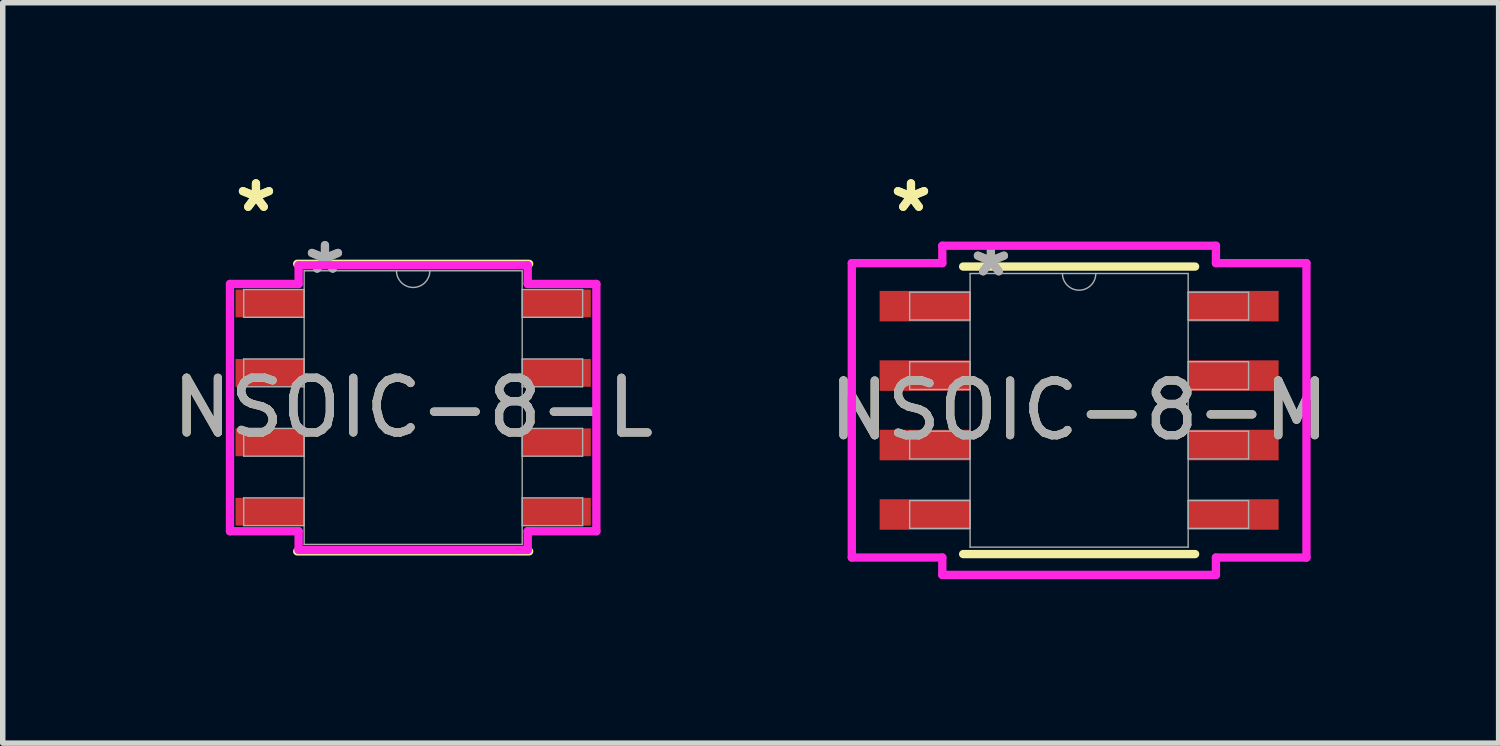
<source format=kicad_pcb>
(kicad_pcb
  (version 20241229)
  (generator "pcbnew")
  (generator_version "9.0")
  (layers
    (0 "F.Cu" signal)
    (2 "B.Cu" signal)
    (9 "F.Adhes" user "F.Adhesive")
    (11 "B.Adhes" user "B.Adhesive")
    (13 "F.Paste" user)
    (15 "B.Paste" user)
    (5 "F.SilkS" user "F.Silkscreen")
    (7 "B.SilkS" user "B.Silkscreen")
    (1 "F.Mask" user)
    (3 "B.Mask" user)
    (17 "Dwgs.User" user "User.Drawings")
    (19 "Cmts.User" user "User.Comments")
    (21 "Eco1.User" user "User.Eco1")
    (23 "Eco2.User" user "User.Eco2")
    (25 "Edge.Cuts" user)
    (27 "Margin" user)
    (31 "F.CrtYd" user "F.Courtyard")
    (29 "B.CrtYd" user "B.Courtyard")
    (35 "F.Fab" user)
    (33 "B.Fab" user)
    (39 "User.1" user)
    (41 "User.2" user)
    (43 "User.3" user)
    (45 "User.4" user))
  (footprint "NSOIC-8-M"
    (layer "F.Cu")
    (at 16.685 4.454)
    (property "Reference" "NSOIC-8-M" (at 0 0 0) (unlocked yes) (layer "F.SilkS") (effects (font (size 1 1) (thickness 0.15))))
    (attr smd)
    (fp_line (start -2.121 2.629) (end 2.121 2.629) (stroke (width 0.152) (type solid)) (layer "F.SilkS"))
    (fp_line (start 2.121 -2.629) (end -2.121 -2.629) (stroke (width 0.152) (type solid)) (layer "F.SilkS"))
    (fp_line (start -4.157 -2.692) (end -2.502 -2.692) (stroke (width 0.152) (type solid)) (layer "F.CrtYd"))
    (fp_line (start -4.157 2.692) (end -4.157 -2.692) (stroke (width 0.152) (type solid)) (layer "F.CrtYd"))
    (fp_line (start -4.157 2.692) (end -2.502 2.692) (stroke (width 0.152) (type solid)) (layer "F.CrtYd"))
    (fp_line (start -2.502 -3.01) (end 2.502 -3.01) (stroke (width 0.152) (type solid)) (layer "F.CrtYd"))
    (fp_line (start -2.502 -2.692) (end -2.502 -3.01) (stroke (width 0.152) (type solid)) (layer "F.CrtYd"))
    (fp_line (start -2.502 3.01) (end -2.502 2.692) (stroke (width 0.152) (type solid)) (layer "F.CrtYd"))
    (fp_line (start 2.502 -3.01) (end 2.502 -2.692) (stroke (width 0.152) (type solid)) (layer "F.CrtYd"))
    (fp_line (start 2.502 2.692) (end 2.502 3.01) (stroke (width 0.152) (type solid)) (layer "F.CrtYd"))
    (fp_line (start 2.502 3.01) (end -2.502 3.01) (stroke (width 0.152) (type solid)) (layer "F.CrtYd"))
    (fp_line (start 4.157 -2.692) (end 2.502 -2.692) (stroke (width 0.152) (type solid)) (layer "F.CrtYd"))
    (fp_line (start 4.157 -2.692) (end 4.157 2.692) (stroke (width 0.152) (type solid)) (layer "F.CrtYd"))
    (fp_line (start 4.157 2.692) (end 2.502 2.692) (stroke (width 0.152) (type solid)) (layer "F.CrtYd"))
    (fp_line (start -3.099 -2.159) (end -3.099 -1.651) (stroke (width 0.025) (type solid)) (layer "F.Fab"))
    (fp_line (start -3.099 -1.651) (end -1.994 -1.651) (stroke (width 0.025) (type solid)) (layer "F.Fab"))
    (fp_line (start -3.099 -0.889) (end -3.099 -0.381) (stroke (width 0.025) (type solid)) (layer "F.Fab"))
    (fp_line (start -3.099 -0.381) (end -1.994 -0.381) (stroke (width 0.025) (type solid)) (layer "F.Fab"))
    (fp_line (start -3.099 0.381) (end -3.099 0.889) (stroke (width 0.025) (type solid)) (layer "F.Fab"))
    (fp_line (start -3.099 0.889) (end -1.994 0.889) (stroke (width 0.025) (type solid)) (layer "F.Fab"))
    (fp_line (start -3.099 1.651) (end -3.099 2.159) (stroke (width 0.025) (type solid)) (layer "F.Fab"))
    (fp_line (start -3.099 2.159) (end -1.994 2.159) (stroke (width 0.025) (type solid)) (layer "F.Fab"))
    (fp_line (start -1.994 -2.502) (end -1.994 2.502) (stroke (width 0.025) (type solid)) (layer "F.Fab"))
    (fp_line (start -1.994 -2.159) (end -3.099 -2.159) (stroke (width 0.025) (type solid)) (layer "F.Fab"))
    (fp_line (start -1.994 -1.651) (end -1.994 -2.159) (stroke (width 0.025) (type solid)) (layer "F.Fab"))
    (fp_line (start -1.994 -0.889) (end -3.099 -0.889) (stroke (width 0.025) (type solid)) (layer "F.Fab"))
    (fp_line (start -1.994 -0.381) (end -1.994 -0.889) (stroke (width 0.025) (type solid)) (layer "F.Fab"))
    (fp_line (start -1.994 0.381) (end -3.099 0.381) (stroke (width 0.025) (type solid)) (layer "F.Fab"))
    (fp_line (start -1.994 0.889) (end -1.994 0.381) (stroke (width 0.025) (type solid)) (layer "F.Fab"))
    (fp_line (start -1.994 1.651) (end -3.099 1.651) (stroke (width 0.025) (type solid)) (layer "F.Fab"))
    (fp_line (start -1.994 2.159) (end -1.994 1.651) (stroke (width 0.025) (type solid)) (layer "F.Fab"))
    (fp_line (start -1.994 2.502) (end 1.994 2.502) (stroke (width 0.025) (type solid)) (layer "F.Fab"))
    (fp_line (start 1.994 -2.502) (end -1.994 -2.502) (stroke (width 0.025) (type solid)) (layer "F.Fab"))
    (fp_line (start 1.994 -2.159) (end 1.994 -1.651) (stroke (width 0.025) (type solid)) (layer "F.Fab"))
    (fp_line (start 1.994 -1.651) (end 3.099 -1.651) (stroke (width 0.025) (type solid)) (layer "F.Fab"))
    (fp_line (start 1.994 -0.889) (end 1.994 -0.381) (stroke (width 0.025) (type solid)) (layer "F.Fab"))
    (fp_line (start 1.994 -0.381) (end 3.099 -0.381) (stroke (width 0.025) (type solid)) (layer "F.Fab"))
    (fp_line (start 1.994 0.381) (end 1.994 0.889) (stroke (width 0.025) (type solid)) (layer "F.Fab"))
    (fp_line (start 1.994 0.889) (end 3.099 0.889) (stroke (width 0.025) (type solid)) (layer "F.Fab"))
    (fp_line (start 1.994 1.651) (end 1.994 2.159) (stroke (width 0.025) (type solid)) (layer "F.Fab"))
    (fp_line (start 1.994 2.159) (end 3.099 2.159) (stroke (width 0.025) (type solid)) (layer "F.Fab"))
    (fp_line (start 1.994 2.502) (end 1.994 -2.502) (stroke (width 0.025) (type solid)) (layer "F.Fab"))
    (fp_line (start 3.099 -2.159) (end 1.994 -2.159) (stroke (width 0.025) (type solid)) (layer "F.Fab"))
    (fp_line (start 3.099 -1.651) (end 3.099 -2.159) (stroke (width 0.025) (type solid)) (layer "F.Fab"))
    (fp_line (start 3.099 -0.889) (end 1.994 -0.889) (stroke (width 0.025) (type solid)) (layer "F.Fab"))
    (fp_line (start 3.099 -0.381) (end 3.099 -0.889) (stroke (width 0.025) (type solid)) (layer "F.Fab"))
    (fp_line (start 3.099 0.381) (end 1.994 0.381) (stroke (width 0.025) (type solid)) (layer "F.Fab"))
    (fp_line (start 3.099 0.889) (end 3.099 0.381) (stroke (width 0.025) (type solid)) (layer "F.Fab"))
    (fp_line (start 3.099 1.651) (end 1.994 1.651) (stroke (width 0.025) (type solid)) (layer "F.Fab"))
    (fp_line (start 3.099 2.159) (end 3.099 1.651) (stroke (width 0.025) (type solid)) (layer "F.Fab"))
    (fp_arc (start 0.3048 -2.5019) (mid 0 -2.1971) (end -0.3048 -2.5019) (stroke (width 0.0254) (type solid)) (layer "F.Fab"))
    (fp_text user "*" (at -3.075 -3.606 0) (unlocked yes) (layer "F.SilkS") (effects (font (size 1 1) (thickness 0.15))))
    (fp_text user "*" (at -3.075 -3.606 0) (layer "F.SilkS") (effects (font (size 1 1) (thickness 0.15))))
    (fp_text user "*" (at -1.613 -2.426 0) (layer "F.Fab") (effects (font (size 1 1) (thickness 0.15))))
    (fp_text user "*" (at -1.613 -2.426 0) (unlocked yes) (layer "F.Fab") (effects (font (size 1 1) (thickness 0.15))))
    (fp_text user "${REFERENCE}" (at 0 0 0) (unlocked yes) (layer "F.Fab") (effects (font (size 1 1) (thickness 0.15))))
    (pad "1" smd rect (at -2.821 -1.905) (size 1.655 0.558) (layers "F.Cu" "F.Mask" "F.Paste"))
    (pad "2" smd rect (at -2.821 -0.635) (size 1.655 0.558) (layers "F.Cu" "F.Mask" "F.Paste"))
    (pad "3" smd rect (at -2.821 0.635) (size 1.655 0.558) (layers "F.Cu" "F.Mask" "F.Paste"))
    (pad "4" smd rect (at -2.821 1.905) (size 1.655 0.558) (layers "F.Cu" "F.Mask" "F.Paste"))
    (pad "5" smd rect (at 2.821 1.905) (size 1.655 0.558) (layers "F.Cu" "F.Mask" "F.Paste"))
    (pad "6" smd rect (at 2.821 0.635) (size 1.655 0.558) (layers "F.Cu" "F.Mask" "F.Paste"))
    (pad "7" smd rect (at 2.821 -0.635) (size 1.655 0.558) (layers "F.Cu" "F.Mask" "F.Paste"))
    (pad "8" smd rect (at 2.821 -1.905) (size 1.655 0.558) (layers "F.Cu" "F.Mask" "F.Paste")))
  (footprint "NSOIC-8-L"
    (layer "F.Cu")
    (at 4.506 4.404)
    (property "Reference" "NSOIC-8-L" (at 0 0 0) (unlocked yes) (layer "F.SilkS") (effects (font (size 1 1) (thickness 0.15))))
    (attr smd)
    (fp_line (start -2.121 2.629) (end 2.121 2.629) (stroke (width 0.152) (type solid)) (layer "F.SilkS"))
    (fp_line (start 2.121 -2.629) (end -2.121 -2.629) (stroke (width 0.152) (type solid)) (layer "F.SilkS"))
    (fp_line (start -3.35 -2.261) (end -2.095 -2.261) (stroke (width 0.152) (type solid)) (layer "F.CrtYd"))
    (fp_line (start -3.35 2.261) (end -3.35 -2.261) (stroke (width 0.152) (type solid)) (layer "F.CrtYd"))
    (fp_line (start -3.35 2.261) (end -2.095 2.261) (stroke (width 0.152) (type solid)) (layer "F.CrtYd"))
    (fp_line (start -2.095 -2.603) (end 2.095 -2.603) (stroke (width 0.152) (type solid)) (layer "F.CrtYd"))
    (fp_line (start -2.095 -2.261) (end -2.095 -2.603) (stroke (width 0.152) (type solid)) (layer "F.CrtYd"))
    (fp_line (start -2.095 2.603) (end -2.095 2.261) (stroke (width 0.152) (type solid)) (layer "F.CrtYd"))
    (fp_line (start 2.095 -2.603) (end 2.095 -2.261) (stroke (width 0.152) (type solid)) (layer "F.CrtYd"))
    (fp_line (start 2.095 2.261) (end 2.095 2.603) (stroke (width 0.152) (type solid)) (layer "F.CrtYd"))
    (fp_line (start 2.095 2.603) (end -2.095 2.603) (stroke (width 0.152) (type solid)) (layer "F.CrtYd"))
    (fp_line (start 3.35 -2.261) (end 2.095 -2.261) (stroke (width 0.152) (type solid)) (layer "F.CrtYd"))
    (fp_line (start 3.35 -2.261) (end 3.35 2.261) (stroke (width 0.152) (type solid)) (layer "F.CrtYd"))
    (fp_line (start 3.35 2.261) (end 2.095 2.261) (stroke (width 0.152) (type solid)) (layer "F.CrtYd"))
    (fp_line (start -3.099 -2.159) (end -3.099 -1.651) (stroke (width 0.025) (type solid)) (layer "F.Fab"))
    (fp_line (start -3.099 -1.651) (end -1.994 -1.651) (stroke (width 0.025) (type solid)) (layer "F.Fab"))
    (fp_line (start -3.099 -0.889) (end -3.099 -0.381) (stroke (width 0.025) (type solid)) (layer "F.Fab"))
    (fp_line (start -3.099 -0.381) (end -1.994 -0.381) (stroke (width 0.025) (type solid)) (layer "F.Fab"))
    (fp_line (start -3.099 0.381) (end -3.099 0.889) (stroke (width 0.025) (type solid)) (layer "F.Fab"))
    (fp_line (start -3.099 0.889) (end -1.994 0.889) (stroke (width 0.025) (type solid)) (layer "F.Fab"))
    (fp_line (start -3.099 1.651) (end -3.099 2.159) (stroke (width 0.025) (type solid)) (layer "F.Fab"))
    (fp_line (start -3.099 2.159) (end -1.994 2.159) (stroke (width 0.025) (type solid)) (layer "F.Fab"))
    (fp_line (start -1.994 -2.502) (end -1.994 2.502) (stroke (width 0.025) (type solid)) (layer "F.Fab"))
    (fp_line (start -1.994 -2.159) (end -3.099 -2.159) (stroke (width 0.025) (type solid)) (layer "F.Fab"))
    (fp_line (start -1.994 -1.651) (end -1.994 -2.159) (stroke (width 0.025) (type solid)) (layer "F.Fab"))
    (fp_line (start -1.994 -0.889) (end -3.099 -0.889) (stroke (width 0.025) (type solid)) (layer "F.Fab"))
    (fp_line (start -1.994 -0.381) (end -1.994 -0.889) (stroke (width 0.025) (type solid)) (layer "F.Fab"))
    (fp_line (start -1.994 0.381) (end -3.099 0.381) (stroke (width 0.025) (type solid)) (layer "F.Fab"))
    (fp_line (start -1.994 0.889) (end -1.994 0.381) (stroke (width 0.025) (type solid)) (layer "F.Fab"))
    (fp_line (start -1.994 1.651) (end -3.099 1.651) (stroke (width 0.025) (type solid)) (layer "F.Fab"))
    (fp_line (start -1.994 2.159) (end -1.994 1.651) (stroke (width 0.025) (type solid)) (layer "F.Fab"))
    (fp_line (start -1.994 2.502) (end 1.994 2.502) (stroke (width 0.025) (type solid)) (layer "F.Fab"))
    (fp_line (start 1.994 -2.502) (end -1.994 -2.502) (stroke (width 0.025) (type solid)) (layer "F.Fab"))
    (fp_line (start 1.994 -2.159) (end 1.994 -1.651) (stroke (width 0.025) (type solid)) (layer "F.Fab"))
    (fp_line (start 1.994 -1.651) (end 3.099 -1.651) (stroke (width 0.025) (type solid)) (layer "F.Fab"))
    (fp_line (start 1.994 -0.889) (end 1.994 -0.381) (stroke (width 0.025) (type solid)) (layer "F.Fab"))
    (fp_line (start 1.994 -0.381) (end 3.099 -0.381) (stroke (width 0.025) (type solid)) (layer "F.Fab"))
    (fp_line (start 1.994 0.381) (end 1.994 0.889) (stroke (width 0.025) (type solid)) (layer "F.Fab"))
    (fp_line (start 1.994 0.889) (end 3.099 0.889) (stroke (width 0.025) (type solid)) (layer "F.Fab"))
    (fp_line (start 1.994 1.651) (end 1.994 2.159) (stroke (width 0.025) (type solid)) (layer "F.Fab"))
    (fp_line (start 1.994 2.159) (end 3.099 2.159) (stroke (width 0.025) (type solid)) (layer "F.Fab"))
    (fp_line (start 1.994 2.502) (end 1.994 -2.502) (stroke (width 0.025) (type solid)) (layer "F.Fab"))
    (fp_line (start 3.099 -2.159) (end 1.994 -2.159) (stroke (width 0.025) (type solid)) (layer "F.Fab"))
    (fp_line (start 3.099 -1.651) (end 3.099 -2.159) (stroke (width 0.025) (type solid)) (layer "F.Fab"))
    (fp_line (start 3.099 -0.889) (end 1.994 -0.889) (stroke (width 0.025) (type solid)) (layer "F.Fab"))
    (fp_line (start 3.099 -0.381) (end 3.099 -0.889) (stroke (width 0.025) (type solid)) (layer "F.Fab"))
    (fp_line (start 3.099 0.381) (end 1.994 0.381) (stroke (width 0.025) (type solid)) (layer "F.Fab"))
    (fp_line (start 3.099 0.889) (end 3.099 0.381) (stroke (width 0.025) (type solid)) (layer "F.Fab"))
    (fp_line (start 3.099 1.651) (end 1.994 1.651) (stroke (width 0.025) (type solid)) (layer "F.Fab"))
    (fp_line (start 3.099 2.159) (end 3.099 1.651) (stroke (width 0.025) (type solid)) (layer "F.Fab"))
    (fp_arc (start 0.3048 -2.5019) (mid 0 -2.1971) (end -0.3048 -2.5019) (stroke (width 0.0254) (type solid)) (layer "F.Fab"))
    (fp_text user "*" (at -2.875 -3.556 0) (layer "F.SilkS") (effects (font (size 1 1) (thickness 0.15))))
    (fp_text user "*" (at -2.875 -3.556 0) (unlocked yes) (layer "F.SilkS") (effects (font (size 1 1) (thickness 0.15))))
    (fp_text user "${REFERENCE}" (at 0 0 0) (unlocked yes) (layer "F.Fab") (effects (font (size 1 1) (thickness 0.15))))
    (fp_text user "*" (at -1.613 -2.426 0) (unlocked yes) (layer "F.Fab") (effects (font (size 1 1) (thickness 0.15))))
    (fp_text user "*" (at -1.613 -2.426 0) (layer "F.Fab") (effects (font (size 1 1) (thickness 0.15))))
    (pad "1" smd rect (at -2.621 -1.905) (size 1.255 0.508) (layers "F.Cu" "F.Mask" "F.Paste"))
    (pad "2" smd rect (at -2.621 -0.635) (size 1.255 0.508) (layers "F.Cu" "F.Mask" "F.Paste"))
    (pad "3" smd rect (at -2.621 0.635) (size 1.255 0.508) (layers "F.Cu" "F.Mask" "F.Paste"))
    (pad "4" smd rect (at -2.621 1.905) (size 1.255 0.508) (layers "F.Cu" "F.Mask" "F.Paste"))
    (pad "5" smd rect (at 2.621 1.905) (size 1.255 0.508) (layers "F.Cu" "F.Mask" "F.Paste"))
    (pad "6" smd rect (at 2.621 0.635) (size 1.255 0.508) (layers "F.Cu" "F.Mask" "F.Paste"))
    (pad "7" smd rect (at 2.621 -0.635) (size 1.255 0.508) (layers "F.Cu" "F.Mask" "F.Paste"))
    (pad "8" smd rect (at 2.621 -1.905) (size 1.255 0.508) (layers "F.Cu" "F.Mask" "F.Paste")))
  (gr_rect
    (start -3 -3)
    (end 24.357 10.54)
    (stroke (width 0.1) (type default))
    (fill no)
    (layer "Edge.Cuts")))
</source>
